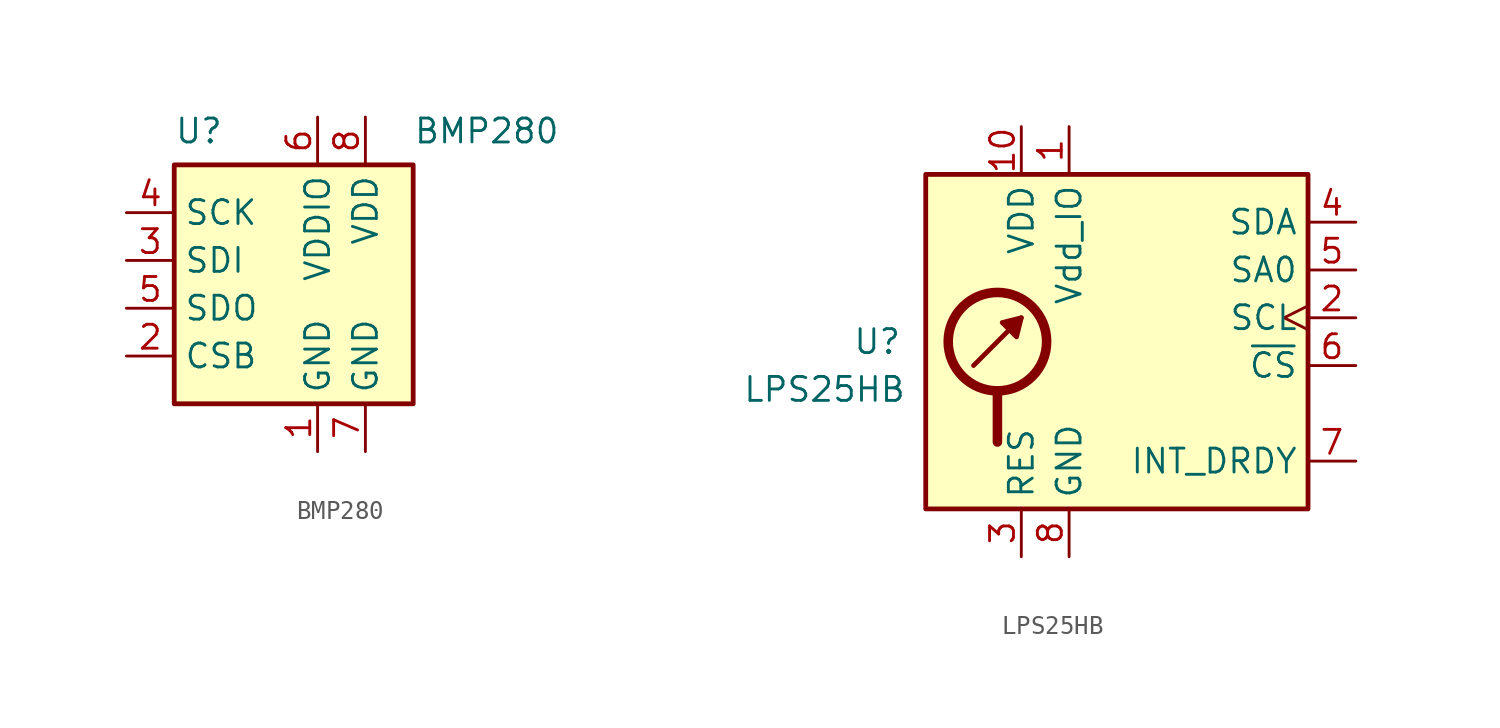
<source format=kicad_sym>
(kicad_symbol_lib
  (version 20211014)
  (generator kicad_symbol_editor)
  (symbol "BMP280"
    (property "Reference" "U"
      (at -7.62 10.16 0)
      (effects (font (size 1.27 1.27)) (justify left top)))
    (property "Value" "BMP280"
      (at 5.08 10.16 0)
      (effects (font (size 1.27 1.27)) (justify left top)))
    (symbol "BMP280_0_1"
      (rectangle (start -7.62 -5.08) (end 5.08 7.62) (stroke (width 0.254) (type default) (color 0 0 0 0)) (fill (type background))))
    (symbol "BMP280_1_1"
      (pin power_in line (at 0 -7.62 90) (length 2.54) (name "GND" (effects (font (size 1.27 1.27)))) (number "1" (effects (font (size 1.27 1.27)))))
      (pin input line (at -10.16 -2.54 0) (length 2.54) (name "CSB" (effects (font (size 1.27 1.27)))) (number "2" (effects (font (size 1.27 1.27)))))
      (pin bidirectional line (at -10.16 2.54 0) (length 2.54) (name "SDI" (effects (font (size 1.27 1.27)))) (number "3" (effects (font (size 1.27 1.27)))))
      (pin input line (at -10.16 5.08 0) (length 2.54) (name "SCK" (effects (font (size 1.27 1.27)))) (number "4" (effects (font (size 1.27 1.27)))))
      (pin bidirectional line (at -10.16 0 0) (length 2.54) (name "SDO" (effects (font (size 1.27 1.27)))) (number "5" (effects (font (size 1.27 1.27)))))
      (pin power_in line (at 0 10.16 270) (length 2.54) (name "VDDIO" (effects (font (size 1.27 1.27)))) (number "6" (effects (font (size 1.27 1.27)))))
      (pin power_in line (at 2.54 -7.62 90) (length 2.54) (name "GND" (effects (font (size 1.27 1.27)))) (number "7" (effects (font (size 1.27 1.27)))))
      (pin power_in line (at 2.54 10.16 270) (length 2.54) (name "VDD" (effects (font (size 1.27 1.27)))) (number "8" (effects (font (size 1.27 1.27)))))))
  (symbol "LPS25HB"
    (property "Reference" "U"
      (at -11.43 1.27 0)
      (effects (font (size 1.27 1.27)) (justify right)))
    (property "Value" "LPS25HB"
      (at -11.176 -1.27 0)
      (effects (font (size 1.27 1.27)) (justify right)))
    (symbol "LPS25HB_0_1"
      (rectangle (start -10.16 10.16) (end 10.16 -7.62) (stroke (width 0.254) (type default) (color 0 0 0 0)) (fill (type background)))
      (circle (center -6.35 1.27) (radius 2.616) (stroke (width 0.508) (type default) (color 0 0 0 0)) (fill (type none)))
      (polyline (pts (xy -7.62 0) (xy -5.08 2.54)) (stroke (width 0.254) (type default) (color 0 0 0 0)) (fill (type none)))
      (polyline (pts (xy -6.35 -1.524) (xy -6.35 -4.064)) (stroke (width 0.508) (type default) (color 0 0 0 0)) (fill (type none)))
      (polyline (pts (xy -5.08 2.54) (xy -5.334 1.524) (xy -6.096 2.286) (xy -5.08 2.54)) (stroke (width 0.254) (type default) (color 0 0 0 0)) (fill (type outline))))
    (symbol "LPS25HB_1_1"
      (pin power_in line (at -2.54 12.7 270) (length 2.54) (name "Vdd_IO" (effects (font (size 1.27 1.27)))) (number "1" (effects (font (size 1.27 1.27)))))
      (pin power_in line (at -5.08 12.7 270) (length 2.54) (name "VDD" (effects (font (size 1.27 1.27)))) (number "10" (effects (font (size 1.27 1.27)))))
      (pin input clock (at 12.7 2.54 180) (length 2.54) (name "SCL" (effects (font (size 1.27 1.27)))) (number "2" (effects (font (size 1.27 1.27)))) (alternate "SPC" input clock))
      (pin passive line (at -5.08 -10.16 90) (length 2.54) (name "RES" (effects (font (size 1.27 1.27)))) (number "3" (effects (font (size 1.27 1.27)))))
      (pin bidirectional line (at 12.7 7.62 180) (length 2.54) (name "SDA" (effects (font (size 1.27 1.27)))) (number "4" (effects (font (size 1.27 1.27)))) (alternate "SDI" input line) (alternate "SDI/SDO" bidirectional line))
      (pin input line (at 12.7 5.08 180) (length 2.54) (name "SA0" (effects (font (size 1.27 1.27)))) (number "5" (effects (font (size 1.27 1.27)))) (alternate "SDO" output line))
      (pin input line (at 12.7 0 180) (length 2.54) (name "~{CS}" (effects (font (size 1.27 1.27)))) (number "6" (effects (font (size 1.27 1.27)))))
      (pin output line (at 12.7 -5.08 180) (length 2.54) (name "INT_DRDY" (effects (font (size 1.27 1.27)))) (number "7" (effects (font (size 1.27 1.27)))))
      (pin power_in line (at -2.54 -10.16 90) (length 2.54) (name "GND" (effects (font (size 1.27 1.27)))) (number "8" (effects (font (size 1.27 1.27)))))
      (pin passive line (at -2.54 -10.16 90) (length 2.54) hide (name "GND" (effects (font (size 1.27 1.27)))) (number "9" (effects (font (size 1.27 1.27))))))))
</source>
